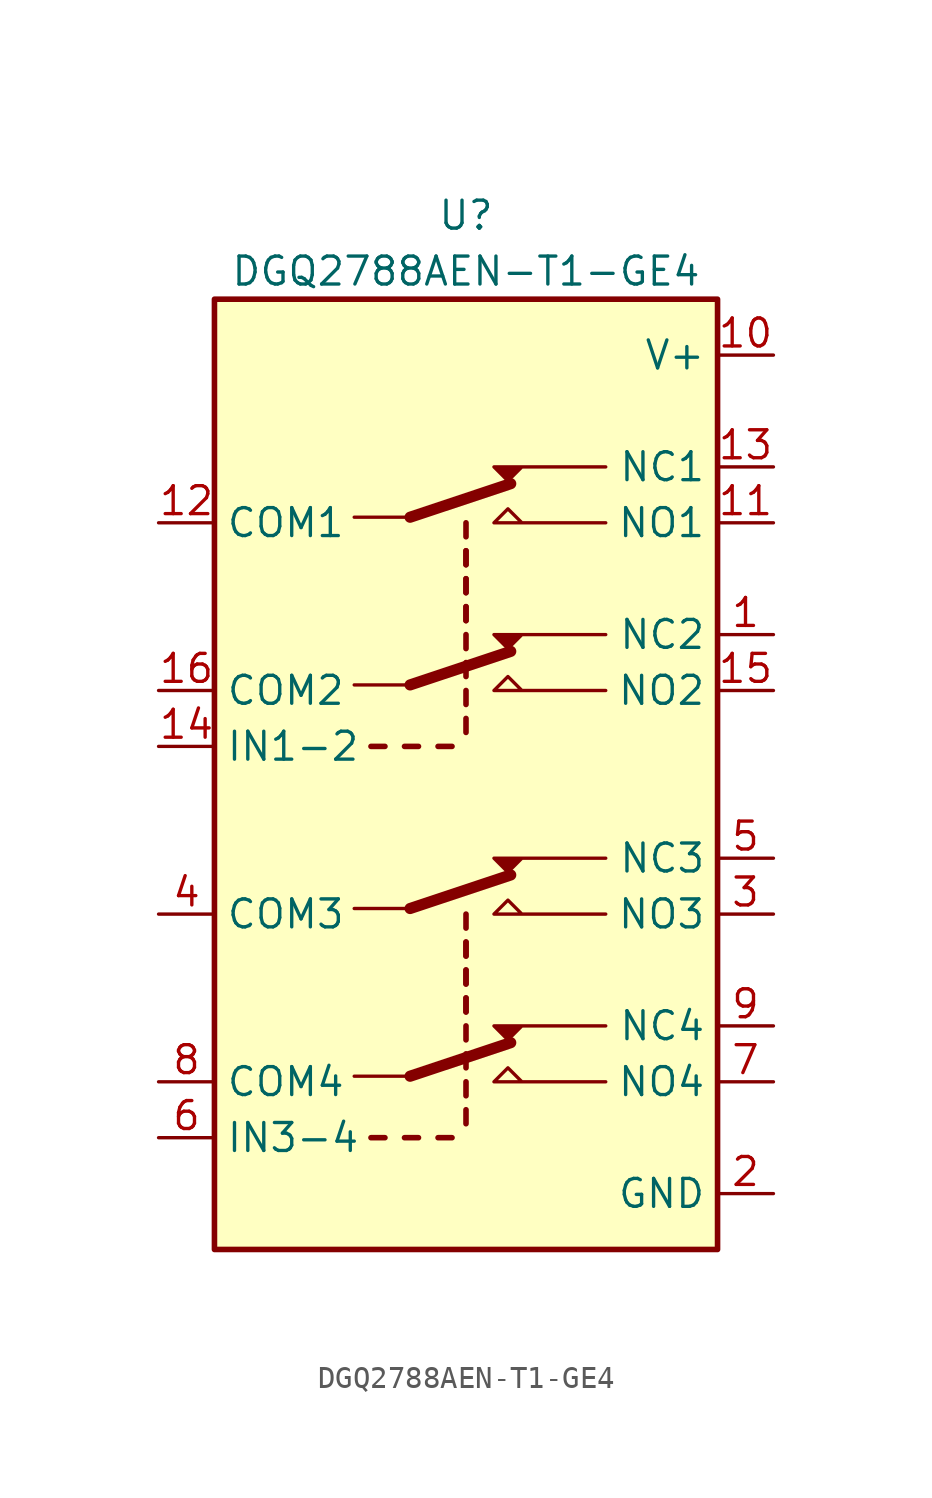
<source format=kicad_sym>
(kicad_symbol_lib
  (version 20241209)
  (generator "kicad_symbol_editor")
  (generator_version "9.0")
  (symbol "DGQ2788AEN-T1-GE4"
    (property "Reference" "U"
      (at 0 20.32 0)
      (effects (font (size 1.27 1.27))))
    (property "Value" "DGQ2788AEN-T1-GE4"
      (at 0 17.78 0)
      (effects (font (size 1.27 1.27))))
    (symbol "DGQ2788AEN-T1-GE4_0_1"
      (polyline (pts (xy -2.54 6.604) (xy -5.08 6.604)) (stroke (width 0) (type default)) (fill (type none)))
      (polyline (pts (xy -2.54 -1.016) (xy -5.08 -1.016)) (stroke (width 0) (type default)) (fill (type none)))
      (polyline (pts (xy -2.54 -11.176) (xy -5.08 -11.176)) (stroke (width 0) (type default)) (fill (type none)))
      (polyline (pts (xy -2.54 -18.796) (xy -5.08 -18.796)) (stroke (width 0) (type default)) (fill (type none))))
    (symbol "DGQ2788AEN-T1-GE4_1_0"
      (pin passive line (at 13.97 6.35 180) (length 2.54) (name "NO1" (effects (font (size 1.27 1.27)))) (number "11" (effects (font (size 1.27 1.27)))))
      (pin passive line (at 13.97 1.27 180) (length 2.54) (name "NC2" (effects (font (size 1.27 1.27)))) (number "1" (effects (font (size 1.27 1.27)))))
      (pin passive line (at 13.97 -1.27 180) (length 2.54) (name "NO2" (effects (font (size 1.27 1.27)))) (number "15" (effects (font (size 1.27 1.27)))))
      (pin passive line (at 13.97 -8.89 180) (length 2.54) (name "NC3" (effects (font (size 1.27 1.27)))) (number "5" (effects (font (size 1.27 1.27)))))
      (pin passive line (at 13.97 -11.43 180) (length 2.54) (name "NO3" (effects (font (size 1.27 1.27)))) (number "3" (effects (font (size 1.27 1.27)))))
      (pin passive line (at 13.97 -16.51 180) (length 2.54) (name "NC4" (effects (font (size 1.27 1.27)))) (number "9" (effects (font (size 1.27 1.27)))))
      (pin passive line (at 13.97 -19.05 180) (length 2.54) (name "NO4" (effects (font (size 1.27 1.27)))) (number "7" (effects (font (size 1.27 1.27)))))
      (pin power_in line (at 13.97 -24.13 180) (length 2.54) (name "GND" (effects (font (size 1.27 1.27)))) (number "2" (effects (font (size 1.27 1.27))))))
    (symbol "DGQ2788AEN-T1-GE4_1_1"
      (rectangle (start -11.43 16.51) (end 11.43 -26.67) (stroke (width 0.254) (type default)) (fill (type background)))
      (polyline (pts (xy -4.318 -3.81) (xy -3.683 -3.81)) (stroke (width 0.254) (type default)) (fill (type none)))
      (polyline (pts (xy -4.318 -21.59) (xy -3.683 -21.59)) (stroke (width 0.254) (type default)) (fill (type none)))
      (polyline (pts (xy -2.794 -3.81) (xy -2.159 -3.81)) (stroke (width 0.254) (type default)) (fill (type none)))
      (polyline (pts (xy -2.794 -21.59) (xy -2.159 -21.59)) (stroke (width 0.254) (type default)) (fill (type none)))
      (polyline (pts (xy -2.54 6.604) (xy 2.032 8.128)) (stroke (width 0.508) (type default)) (fill (type none)))
      (polyline (pts (xy -2.54 -1.016) (xy 2.032 0.508)) (stroke (width 0.508) (type default)) (fill (type none)))
      (polyline (pts (xy -2.54 -11.176) (xy 2.032 -9.652)) (stroke (width 0.508) (type default)) (fill (type none)))
      (polyline (pts (xy -2.54 -18.796) (xy 2.032 -17.272)) (stroke (width 0.508) (type default)) (fill (type none)))
      (polyline (pts (xy -1.27 -3.81) (xy -0.635 -3.81)) (stroke (width 0.254) (type default)) (fill (type none)))
      (polyline (pts (xy -1.27 -21.59) (xy -0.635 -21.59)) (stroke (width 0.254) (type default)) (fill (type none)))
      (polyline (pts (xy 0 6.35) (xy 0 5.715)) (stroke (width 0.254) (type default)) (fill (type none)))
      (polyline (pts (xy 0 5.08) (xy 0 4.445)) (stroke (width 0.254) (type default)) (fill (type none)))
      (polyline (pts (xy 0 5.08) (xy 0 4.445)) (stroke (width 0.254) (type default)) (fill (type none)))
      (polyline (pts (xy 0 3.81) (xy 0 3.175)) (stroke (width 0.254) (type default)) (fill (type none)))
      (polyline (pts (xy 0 3.81) (xy 0 3.175)) (stroke (width 0.254) (type default)) (fill (type none)))
      (polyline (pts (xy 0 2.54) (xy 0 1.905)) (stroke (width 0.254) (type default)) (fill (type none)))
      (polyline (pts (xy 0 2.54) (xy 0 1.905)) (stroke (width 0.254) (type default)) (fill (type none)))
      (polyline (pts (xy 0 1.27) (xy 0 0.635)) (stroke (width 0.254) (type default)) (fill (type none)))
      (polyline (pts (xy 0 0) (xy 0 -0.635)) (stroke (width 0.254) (type default)) (fill (type none)))
      (polyline (pts (xy 0 -1.27) (xy 0 -1.905)) (stroke (width 0.254) (type default)) (fill (type none)))
      (polyline (pts (xy 0 -2.54) (xy 0 -3.175)) (stroke (width 0.254) (type default)) (fill (type none)))
      (polyline (pts (xy 0 -11.43) (xy 0 -12.065)) (stroke (width 0.254) (type default)) (fill (type none)))
      (polyline (pts (xy 0 -12.7) (xy 0 -13.335)) (stroke (width 0.254) (type default)) (fill (type none)))
      (polyline (pts (xy 0 -12.7) (xy 0 -13.335)) (stroke (width 0.254) (type default)) (fill (type none)))
      (polyline (pts (xy 0 -13.97) (xy 0 -14.605)) (stroke (width 0.254) (type default)) (fill (type none)))
      (polyline (pts (xy 0 -13.97) (xy 0 -14.605)) (stroke (width 0.254) (type default)) (fill (type none)))
      (polyline (pts (xy 0 -15.24) (xy 0 -15.875)) (stroke (width 0.254) (type default)) (fill (type none)))
      (polyline (pts (xy 0 -15.24) (xy 0 -15.875)) (stroke (width 0.254) (type default)) (fill (type none)))
      (polyline (pts (xy 0 -16.51) (xy 0 -17.145)) (stroke (width 0.254) (type default)) (fill (type none)))
      (polyline (pts (xy 0 -17.78) (xy 0 -18.415)) (stroke (width 0.254) (type default)) (fill (type none)))
      (polyline (pts (xy 0 -19.05) (xy 0 -19.685)) (stroke (width 0.254) (type default)) (fill (type none)))
      (polyline (pts (xy 0 -20.32) (xy 0 -20.955)) (stroke (width 0.254) (type default)) (fill (type none)))
      (polyline (pts (xy 6.35 8.89) (xy 1.27 8.89) (xy 1.905 8.255) (xy 2.54 8.89)) (stroke (width 0) (type default)) (fill (type outline)))
      (polyline (pts (xy 6.35 6.35) (xy 1.27 6.35) (xy 1.905 6.985) (xy 2.54 6.35)) (stroke (width 0) (type default)) (fill (type none)))
      (polyline (pts (xy 6.35 1.27) (xy 1.27 1.27) (xy 1.905 0.635) (xy 2.54 1.27)) (stroke (width 0) (type default)) (fill (type outline)))
      (polyline (pts (xy 6.35 -1.27) (xy 1.27 -1.27) (xy 1.905 -0.635) (xy 2.54 -1.27)) (stroke (width 0) (type default)) (fill (type none)))
      (polyline (pts (xy 6.35 -8.89) (xy 1.27 -8.89) (xy 1.905 -9.525) (xy 2.54 -8.89)) (stroke (width 0) (type default)) (fill (type outline)))
      (polyline (pts (xy 6.35 -11.43) (xy 1.27 -11.43) (xy 1.905 -10.795) (xy 2.54 -11.43)) (stroke (width 0) (type default)) (fill (type none)))
      (polyline (pts (xy 6.35 -16.51) (xy 1.27 -16.51) (xy 1.905 -17.145) (xy 2.54 -16.51)) (stroke (width 0) (type default)) (fill (type outline)))
      (polyline (pts (xy 6.35 -19.05) (xy 1.27 -19.05) (xy 1.905 -18.415) (xy 2.54 -19.05)) (stroke (width 0) (type default)) (fill (type none)))
      (pin passive line (at -13.97 6.35 0) (length 2.54) (name "COM1" (effects (font (size 1.27 1.27)))) (number "12" (effects (font (size 1.27 1.27)))))
      (pin passive line (at -13.97 -1.27 0) (length 2.54) (name "COM2" (effects (font (size 1.27 1.27)))) (number "16" (effects (font (size 1.27 1.27)))))
      (pin input line (at -13.97 -3.81 0) (length 2.54) (name "IN1-2" (effects (font (size 1.27 1.27)))) (number "14" (effects (font (size 1.27 1.27)))))
      (pin passive line (at -13.97 -11.43 0) (length 2.54) (name "COM3" (effects (font (size 1.27 1.27)))) (number "4" (effects (font (size 1.27 1.27)))))
      (pin passive line (at -13.97 -19.05 0) (length 2.54) (name "COM4" (effects (font (size 1.27 1.27)))) (number "8" (effects (font (size 1.27 1.27)))))
      (pin input line (at -13.97 -21.59 0) (length 2.54) (name "IN3-4" (effects (font (size 1.27 1.27)))) (number "6" (effects (font (size 1.27 1.27)))))
      (pin power_in line (at 13.97 13.97 180) (length 2.54) (name "V+" (effects (font (size 1.27 1.27)))) (number "10" (effects (font (size 1.27 1.27)))))
      (pin passive line (at 13.97 8.89 180) (length 2.54) (name "NC1" (effects (font (size 1.27 1.27)))) (number "13" (effects (font (size 1.27 1.27))))))))
</source>
